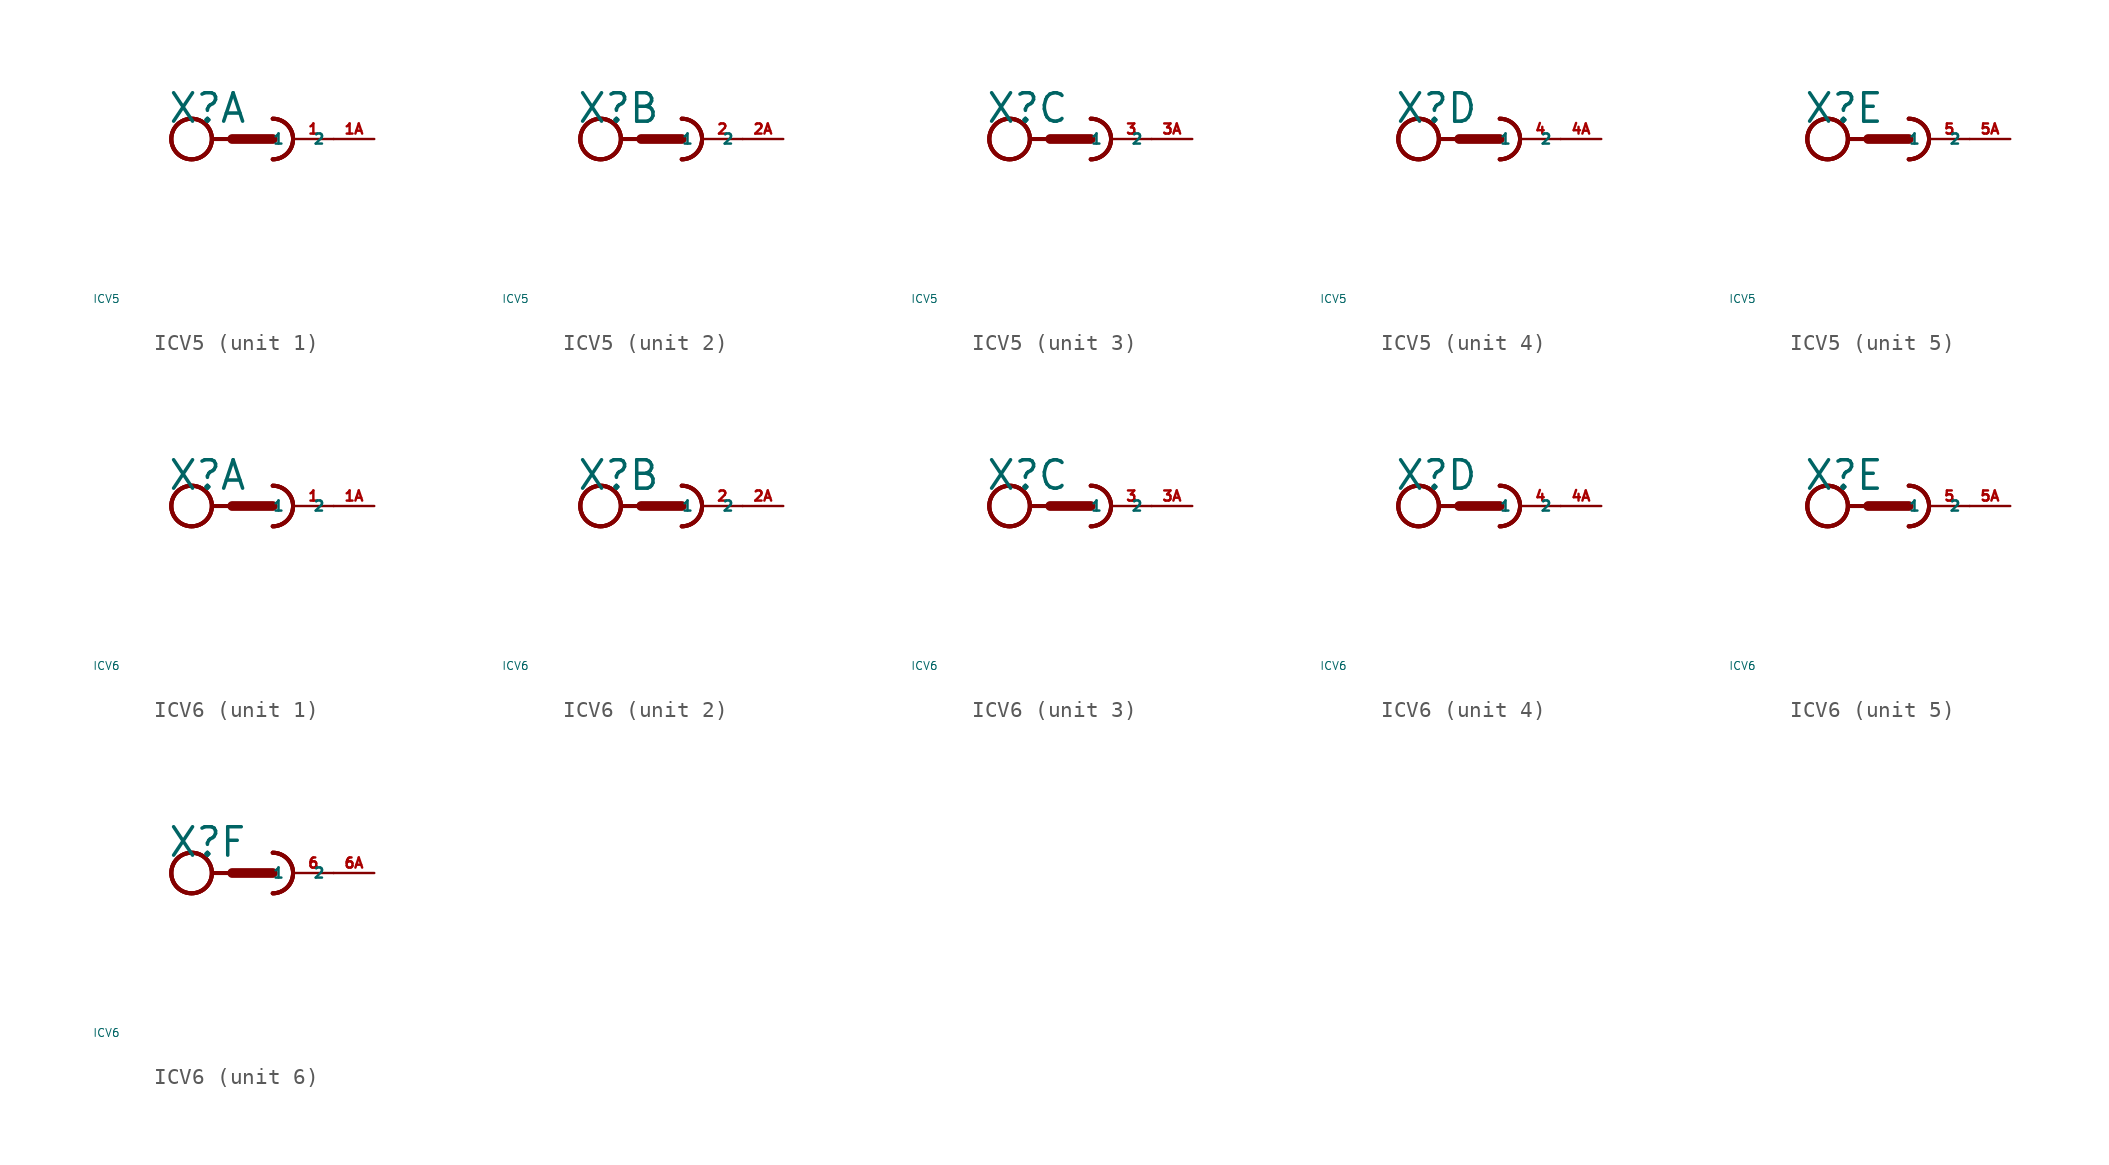
<source format=kicad_sym>
(kicad_symbol_lib
  (version 20220914)
  (generator Eagle2Kicad)
  (symbol "ICV5"
    (property "Reference" "X"
      (at -5.334 0.889 0)
      (effects (font (size 1.778 1.778) (thickness 0.22)) (justify left bottom)))
    (property "Value" "ICV5"
      (at -10 -10 0)
      (effects (font (size 0.5 0.5) (thickness 0.06)) (justify left)))
    (symbol "ICV5_1_0"
      (arc (start 1.27 -1.27) (mid 2.540 0.000) (end 1.27 1.27) (stroke (width 0.254) (type default)) (fill (type none)))
      (arc (start 1.27 -1.27) (mid 2.540 0.000) (end 1.27 1.27) (stroke (width 0.254) (type default)) (fill (type none)))
      (polyline (pts (xy -2.54 0) (xy -1.27 0)) (stroke (width 0.254) (type default)) (fill (type none)))
      (polyline (pts (xy -1.27 0) (xy 1.27 0)) (stroke (width 0.61) (type default)) (fill (type none)))
      (arc (start 1.27 -1.27) (mid 2.540 0.000) (end 1.27 1.27) (stroke (width 0.254) (type default)) (fill (type none)))
      (circle (center -3.81 0) (radius 1.27) (stroke (width 0.254) (type default)) (fill (type none)))
      (circle (center -3.81 0) (radius 1.27) (stroke (width 0.254) (type default)) (fill (type none)))
      (circle (center -3.81 0) (radius 1.27) (stroke (width 0.254) (type default)) (fill (type none)))
      (pin passive line (at 5.08 0 180) (length 2.54) (name "1" (effects (font (size 0.635 0.635) (thickness 0.08)) (justify left bottom))) (number "1" (effects (font (size 0.635 0.635) (thickness 0.08)) (justify left bottom))))
      (pin passive line (at 7.62 0 180) (length 2.54) (name "2" (effects (font (size 0.635 0.635) (thickness 0.08)) (justify left bottom))) (number "1A" (effects (font (size 0.635 0.635) (thickness 0.08)) (justify left bottom)))))
    (symbol "ICV5_2_0"
      (arc (start 1.27 -1.27) (mid 2.540 0.000) (end 1.27 1.27) (stroke (width 0.254) (type default)) (fill (type none)))
      (arc (start 1.27 -1.27) (mid 2.540 0.000) (end 1.27 1.27) (stroke (width 0.254) (type default)) (fill (type none)))
      (polyline (pts (xy -2.54 0) (xy -1.27 0)) (stroke (width 0.254) (type default)) (fill (type none)))
      (polyline (pts (xy -1.27 0) (xy 1.27 0)) (stroke (width 0.61) (type default)) (fill (type none)))
      (arc (start 1.27 -1.27) (mid 2.540 0.000) (end 1.27 1.27) (stroke (width 0.254) (type default)) (fill (type none)))
      (circle (center -3.81 0) (radius 1.27) (stroke (width 0.254) (type default)) (fill (type none)))
      (circle (center -3.81 0) (radius 1.27) (stroke (width 0.254) (type default)) (fill (type none)))
      (circle (center -3.81 0) (radius 1.27) (stroke (width 0.254) (type default)) (fill (type none)))
      (pin passive line (at 5.08 0 180) (length 2.54) (name "1" (effects (font (size 0.635 0.635) (thickness 0.08)) (justify left bottom))) (number "2" (effects (font (size 0.635 0.635) (thickness 0.08)) (justify left bottom))))
      (pin passive line (at 7.62 0 180) (length 2.54) (name "2" (effects (font (size 0.635 0.635) (thickness 0.08)) (justify left bottom))) (number "2A" (effects (font (size 0.635 0.635) (thickness 0.08)) (justify left bottom)))))
    (symbol "ICV5_3_0"
      (arc (start 1.27 -1.27) (mid 2.540 0.000) (end 1.27 1.27) (stroke (width 0.254) (type default)) (fill (type none)))
      (arc (start 1.27 -1.27) (mid 2.540 0.000) (end 1.27 1.27) (stroke (width 0.254) (type default)) (fill (type none)))
      (polyline (pts (xy -2.54 0) (xy -1.27 0)) (stroke (width 0.254) (type default)) (fill (type none)))
      (polyline (pts (xy -1.27 0) (xy 1.27 0)) (stroke (width 0.61) (type default)) (fill (type none)))
      (arc (start 1.27 -1.27) (mid 2.540 0.000) (end 1.27 1.27) (stroke (width 0.254) (type default)) (fill (type none)))
      (circle (center -3.81 0) (radius 1.27) (stroke (width 0.254) (type default)) (fill (type none)))
      (circle (center -3.81 0) (radius 1.27) (stroke (width 0.254) (type default)) (fill (type none)))
      (circle (center -3.81 0) (radius 1.27) (stroke (width 0.254) (type default)) (fill (type none)))
      (pin passive line (at 5.08 0 180) (length 2.54) (name "1" (effects (font (size 0.635 0.635) (thickness 0.08)) (justify left bottom))) (number "3" (effects (font (size 0.635 0.635) (thickness 0.08)) (justify left bottom))))
      (pin passive line (at 7.62 0 180) (length 2.54) (name "2" (effects (font (size 0.635 0.635) (thickness 0.08)) (justify left bottom))) (number "3A" (effects (font (size 0.635 0.635) (thickness 0.08)) (justify left bottom)))))
    (symbol "ICV5_4_0"
      (arc (start 1.27 -1.27) (mid 2.540 0.000) (end 1.27 1.27) (stroke (width 0.254) (type default)) (fill (type none)))
      (arc (start 1.27 -1.27) (mid 2.540 0.000) (end 1.27 1.27) (stroke (width 0.254) (type default)) (fill (type none)))
      (polyline (pts (xy -2.54 0) (xy -1.27 0)) (stroke (width 0.254) (type default)) (fill (type none)))
      (polyline (pts (xy -1.27 0) (xy 1.27 0)) (stroke (width 0.61) (type default)) (fill (type none)))
      (arc (start 1.27 -1.27) (mid 2.540 0.000) (end 1.27 1.27) (stroke (width 0.254) (type default)) (fill (type none)))
      (circle (center -3.81 0) (radius 1.27) (stroke (width 0.254) (type default)) (fill (type none)))
      (circle (center -3.81 0) (radius 1.27) (stroke (width 0.254) (type default)) (fill (type none)))
      (circle (center -3.81 0) (radius 1.27) (stroke (width 0.254) (type default)) (fill (type none)))
      (pin passive line (at 5.08 0 180) (length 2.54) (name "1" (effects (font (size 0.635 0.635) (thickness 0.08)) (justify left bottom))) (number "4" (effects (font (size 0.635 0.635) (thickness 0.08)) (justify left bottom))))
      (pin passive line (at 7.62 0 180) (length 2.54) (name "2" (effects (font (size 0.635 0.635) (thickness 0.08)) (justify left bottom))) (number "4A" (effects (font (size 0.635 0.635) (thickness 0.08)) (justify left bottom)))))
    (symbol "ICV5_5_0"
      (arc (start 1.27 -1.27) (mid 2.540 0.000) (end 1.27 1.27) (stroke (width 0.254) (type default)) (fill (type none)))
      (arc (start 1.27 -1.27) (mid 2.540 0.000) (end 1.27 1.27) (stroke (width 0.254) (type default)) (fill (type none)))
      (polyline (pts (xy -2.54 0) (xy -1.27 0)) (stroke (width 0.254) (type default)) (fill (type none)))
      (polyline (pts (xy -1.27 0) (xy 1.27 0)) (stroke (width 0.61) (type default)) (fill (type none)))
      (arc (start 1.27 -1.27) (mid 2.540 0.000) (end 1.27 1.27) (stroke (width 0.254) (type default)) (fill (type none)))
      (circle (center -3.81 0) (radius 1.27) (stroke (width 0.254) (type default)) (fill (type none)))
      (circle (center -3.81 0) (radius 1.27) (stroke (width 0.254) (type default)) (fill (type none)))
      (circle (center -3.81 0) (radius 1.27) (stroke (width 0.254) (type default)) (fill (type none)))
      (pin passive line (at 5.08 0 180) (length 2.54) (name "1" (effects (font (size 0.635 0.635) (thickness 0.08)) (justify left bottom))) (number "5" (effects (font (size 0.635 0.635) (thickness 0.08)) (justify left bottom))))
      (pin passive line (at 7.62 0 180) (length 2.54) (name "2" (effects (font (size 0.635 0.635) (thickness 0.08)) (justify left bottom))) (number "5A" (effects (font (size 0.635 0.635) (thickness 0.08)) (justify left bottom))))))
  (symbol "ICV6"
    (property "Reference" "X"
      (at -5.334 0.889 0)
      (effects (font (size 1.778 1.778) (thickness 0.22)) (justify left bottom)))
    (property "Value" "ICV6"
      (at -10 -10 0)
      (effects (font (size 0.5 0.5) (thickness 0.06)) (justify left)))
    (symbol "ICV6_1_0"
      (arc (start 1.27 -1.27) (mid 2.540 0.000) (end 1.27 1.27) (stroke (width 0.254) (type default)) (fill (type none)))
      (arc (start 1.27 -1.27) (mid 2.540 0.000) (end 1.27 1.27) (stroke (width 0.254) (type default)) (fill (type none)))
      (polyline (pts (xy -2.54 0) (xy -1.27 0)) (stroke (width 0.254) (type default)) (fill (type none)))
      (polyline (pts (xy -1.27 0) (xy 1.27 0)) (stroke (width 0.61) (type default)) (fill (type none)))
      (arc (start 1.27 -1.27) (mid 2.540 0.000) (end 1.27 1.27) (stroke (width 0.254) (type default)) (fill (type none)))
      (circle (center -3.81 0) (radius 1.27) (stroke (width 0.254) (type default)) (fill (type none)))
      (circle (center -3.81 0) (radius 1.27) (stroke (width 0.254) (type default)) (fill (type none)))
      (circle (center -3.81 0) (radius 1.27) (stroke (width 0.254) (type default)) (fill (type none)))
      (pin passive line (at 5.08 0 180) (length 2.54) (name "1" (effects (font (size 0.635 0.635) (thickness 0.08)) (justify left bottom))) (number "1" (effects (font (size 0.635 0.635) (thickness 0.08)) (justify left bottom))))
      (pin passive line (at 7.62 0 180) (length 2.54) (name "2" (effects (font (size 0.635 0.635) (thickness 0.08)) (justify left bottom))) (number "1A" (effects (font (size 0.635 0.635) (thickness 0.08)) (justify left bottom)))))
    (symbol "ICV6_2_0"
      (arc (start 1.27 -1.27) (mid 2.540 0.000) (end 1.27 1.27) (stroke (width 0.254) (type default)) (fill (type none)))
      (arc (start 1.27 -1.27) (mid 2.540 0.000) (end 1.27 1.27) (stroke (width 0.254) (type default)) (fill (type none)))
      (polyline (pts (xy -2.54 0) (xy -1.27 0)) (stroke (width 0.254) (type default)) (fill (type none)))
      (polyline (pts (xy -1.27 0) (xy 1.27 0)) (stroke (width 0.61) (type default)) (fill (type none)))
      (arc (start 1.27 -1.27) (mid 2.540 0.000) (end 1.27 1.27) (stroke (width 0.254) (type default)) (fill (type none)))
      (circle (center -3.81 0) (radius 1.27) (stroke (width 0.254) (type default)) (fill (type none)))
      (circle (center -3.81 0) (radius 1.27) (stroke (width 0.254) (type default)) (fill (type none)))
      (circle (center -3.81 0) (radius 1.27) (stroke (width 0.254) (type default)) (fill (type none)))
      (pin passive line (at 5.08 0 180) (length 2.54) (name "1" (effects (font (size 0.635 0.635) (thickness 0.08)) (justify left bottom))) (number "2" (effects (font (size 0.635 0.635) (thickness 0.08)) (justify left bottom))))
      (pin passive line (at 7.62 0 180) (length 2.54) (name "2" (effects (font (size 0.635 0.635) (thickness 0.08)) (justify left bottom))) (number "2A" (effects (font (size 0.635 0.635) (thickness 0.08)) (justify left bottom)))))
    (symbol "ICV6_3_0"
      (arc (start 1.27 -1.27) (mid 2.540 0.000) (end 1.27 1.27) (stroke (width 0.254) (type default)) (fill (type none)))
      (arc (start 1.27 -1.27) (mid 2.540 0.000) (end 1.27 1.27) (stroke (width 0.254) (type default)) (fill (type none)))
      (polyline (pts (xy -2.54 0) (xy -1.27 0)) (stroke (width 0.254) (type default)) (fill (type none)))
      (polyline (pts (xy -1.27 0) (xy 1.27 0)) (stroke (width 0.61) (type default)) (fill (type none)))
      (arc (start 1.27 -1.27) (mid 2.540 0.000) (end 1.27 1.27) (stroke (width 0.254) (type default)) (fill (type none)))
      (circle (center -3.81 0) (radius 1.27) (stroke (width 0.254) (type default)) (fill (type none)))
      (circle (center -3.81 0) (radius 1.27) (stroke (width 0.254) (type default)) (fill (type none)))
      (circle (center -3.81 0) (radius 1.27) (stroke (width 0.254) (type default)) (fill (type none)))
      (pin passive line (at 5.08 0 180) (length 2.54) (name "1" (effects (font (size 0.635 0.635) (thickness 0.08)) (justify left bottom))) (number "3" (effects (font (size 0.635 0.635) (thickness 0.08)) (justify left bottom))))
      (pin passive line (at 7.62 0 180) (length 2.54) (name "2" (effects (font (size 0.635 0.635) (thickness 0.08)) (justify left bottom))) (number "3A" (effects (font (size 0.635 0.635) (thickness 0.08)) (justify left bottom)))))
    (symbol "ICV6_4_0"
      (arc (start 1.27 -1.27) (mid 2.540 0.000) (end 1.27 1.27) (stroke (width 0.254) (type default)) (fill (type none)))
      (arc (start 1.27 -1.27) (mid 2.540 0.000) (end 1.27 1.27) (stroke (width 0.254) (type default)) (fill (type none)))
      (polyline (pts (xy -2.54 0) (xy -1.27 0)) (stroke (width 0.254) (type default)) (fill (type none)))
      (polyline (pts (xy -1.27 0) (xy 1.27 0)) (stroke (width 0.61) (type default)) (fill (type none)))
      (arc (start 1.27 -1.27) (mid 2.540 0.000) (end 1.27 1.27) (stroke (width 0.254) (type default)) (fill (type none)))
      (circle (center -3.81 0) (radius 1.27) (stroke (width 0.254) (type default)) (fill (type none)))
      (circle (center -3.81 0) (radius 1.27) (stroke (width 0.254) (type default)) (fill (type none)))
      (circle (center -3.81 0) (radius 1.27) (stroke (width 0.254) (type default)) (fill (type none)))
      (pin passive line (at 5.08 0 180) (length 2.54) (name "1" (effects (font (size 0.635 0.635) (thickness 0.08)) (justify left bottom))) (number "4" (effects (font (size 0.635 0.635) (thickness 0.08)) (justify left bottom))))
      (pin passive line (at 7.62 0 180) (length 2.54) (name "2" (effects (font (size 0.635 0.635) (thickness 0.08)) (justify left bottom))) (number "4A" (effects (font (size 0.635 0.635) (thickness 0.08)) (justify left bottom)))))
    (symbol "ICV6_5_0"
      (arc (start 1.27 -1.27) (mid 2.540 0.000) (end 1.27 1.27) (stroke (width 0.254) (type default)) (fill (type none)))
      (arc (start 1.27 -1.27) (mid 2.540 0.000) (end 1.27 1.27) (stroke (width 0.254) (type default)) (fill (type none)))
      (polyline (pts (xy -2.54 0) (xy -1.27 0)) (stroke (width 0.254) (type default)) (fill (type none)))
      (polyline (pts (xy -1.27 0) (xy 1.27 0)) (stroke (width 0.61) (type default)) (fill (type none)))
      (arc (start 1.27 -1.27) (mid 2.540 0.000) (end 1.27 1.27) (stroke (width 0.254) (type default)) (fill (type none)))
      (circle (center -3.81 0) (radius 1.27) (stroke (width 0.254) (type default)) (fill (type none)))
      (circle (center -3.81 0) (radius 1.27) (stroke (width 0.254) (type default)) (fill (type none)))
      (circle (center -3.81 0) (radius 1.27) (stroke (width 0.254) (type default)) (fill (type none)))
      (pin passive line (at 5.08 0 180) (length 2.54) (name "1" (effects (font (size 0.635 0.635) (thickness 0.08)) (justify left bottom))) (number "5" (effects (font (size 0.635 0.635) (thickness 0.08)) (justify left bottom))))
      (pin passive line (at 7.62 0 180) (length 2.54) (name "2" (effects (font (size 0.635 0.635) (thickness 0.08)) (justify left bottom))) (number "5A" (effects (font (size 0.635 0.635) (thickness 0.08)) (justify left bottom)))))
    (symbol "ICV6_6_0"
      (arc (start 1.27 -1.27) (mid 2.540 0.000) (end 1.27 1.27) (stroke (width 0.254) (type default)) (fill (type none)))
      (arc (start 1.27 -1.27) (mid 2.540 0.000) (end 1.27 1.27) (stroke (width 0.254) (type default)) (fill (type none)))
      (polyline (pts (xy -2.54 0) (xy -1.27 0)) (stroke (width 0.254) (type default)) (fill (type none)))
      (polyline (pts (xy -1.27 0) (xy 1.27 0)) (stroke (width 0.61) (type default)) (fill (type none)))
      (arc (start 1.27 -1.27) (mid 2.540 0.000) (end 1.27 1.27) (stroke (width 0.254) (type default)) (fill (type none)))
      (circle (center -3.81 0) (radius 1.27) (stroke (width 0.254) (type default)) (fill (type none)))
      (circle (center -3.81 0) (radius 1.27) (stroke (width 0.254) (type default)) (fill (type none)))
      (circle (center -3.81 0) (radius 1.27) (stroke (width 0.254) (type default)) (fill (type none)))
      (pin passive line (at 5.08 0 180) (length 2.54) (name "1" (effects (font (size 0.635 0.635) (thickness 0.08)) (justify left bottom))) (number "6" (effects (font (size 0.635 0.635) (thickness 0.08)) (justify left bottom))))
      (pin passive line (at 7.62 0 180) (length 2.54) (name "2" (effects (font (size 0.635 0.635) (thickness 0.08)) (justify left bottom))) (number "6A" (effects (font (size 0.635 0.635) (thickness 0.08)) (justify left bottom)))))))
</source>
